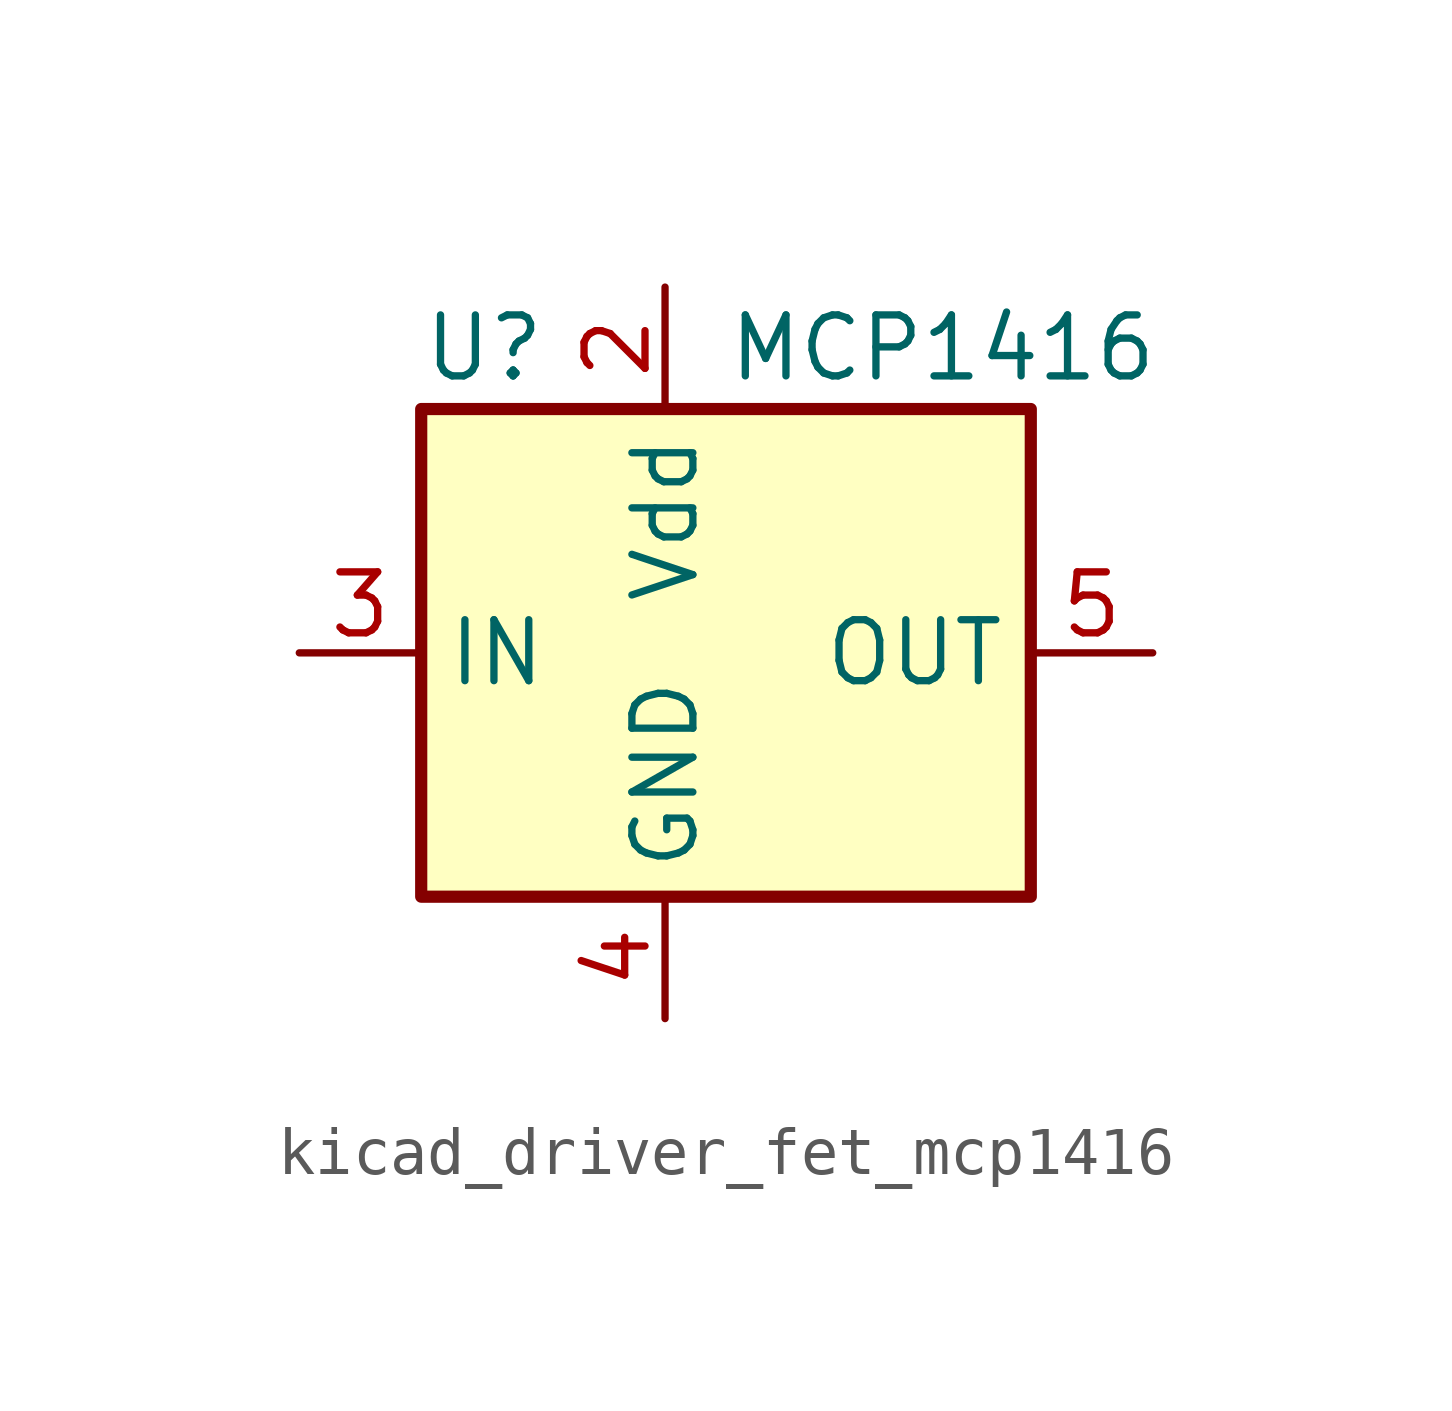
<source format=kicad_sym>
(kicad_symbol_lib
  (version 20220914)
  (generator kicad_symbol_editor)
  (symbol "kicad_driver_fet_mcp1416"
    (property "Reference" "U"
      (at -5.08 6.35 0)
      (effects (font (size 1.27 1.27)) (justify left)))
    (property "Value" "MCP1416"
      (at 1.27 6.35 0)
      (effects (font (size 1.27 1.27)) (justify left)))
    (symbol "kicad_driver_fet_mcp1416_0_1"
      (rectangle (start -5.08 5.08) (end 7.62 -5.08) (stroke (width 0.254) (type default)) (fill (type background))))
    (symbol "kicad_driver_fet_mcp1416_1_1"
      (pin no_connect line (at 7.62 -2.54 180) (length 2.54) hide (name "NC" (effects (font (size 1.27 1.27)))) (number "1" (effects (font (size 1.27 1.27)))))
      (pin power_in line (at 0 7.62 270) (length 2.54) (name "Vdd" (effects (font (size 1.27 1.27)))) (number "2" (effects (font (size 1.27 1.27)))))
      (pin input line (at -7.62 0 0) (length 2.54) (name "IN" (effects (font (size 1.27 1.27)))) (number "3" (effects (font (size 1.27 1.27)))))
      (pin power_in line (at 0 -7.62 90) (length 2.54) (name "GND" (effects (font (size 1.27 1.27)))) (number "4" (effects (font (size 1.27 1.27)))))
      (pin output line (at 10.16 0 180) (length 2.54) (name "OUT" (effects (font (size 1.27 1.27)))) (number "5" (effects (font (size 1.27 1.27))))))))
</source>
